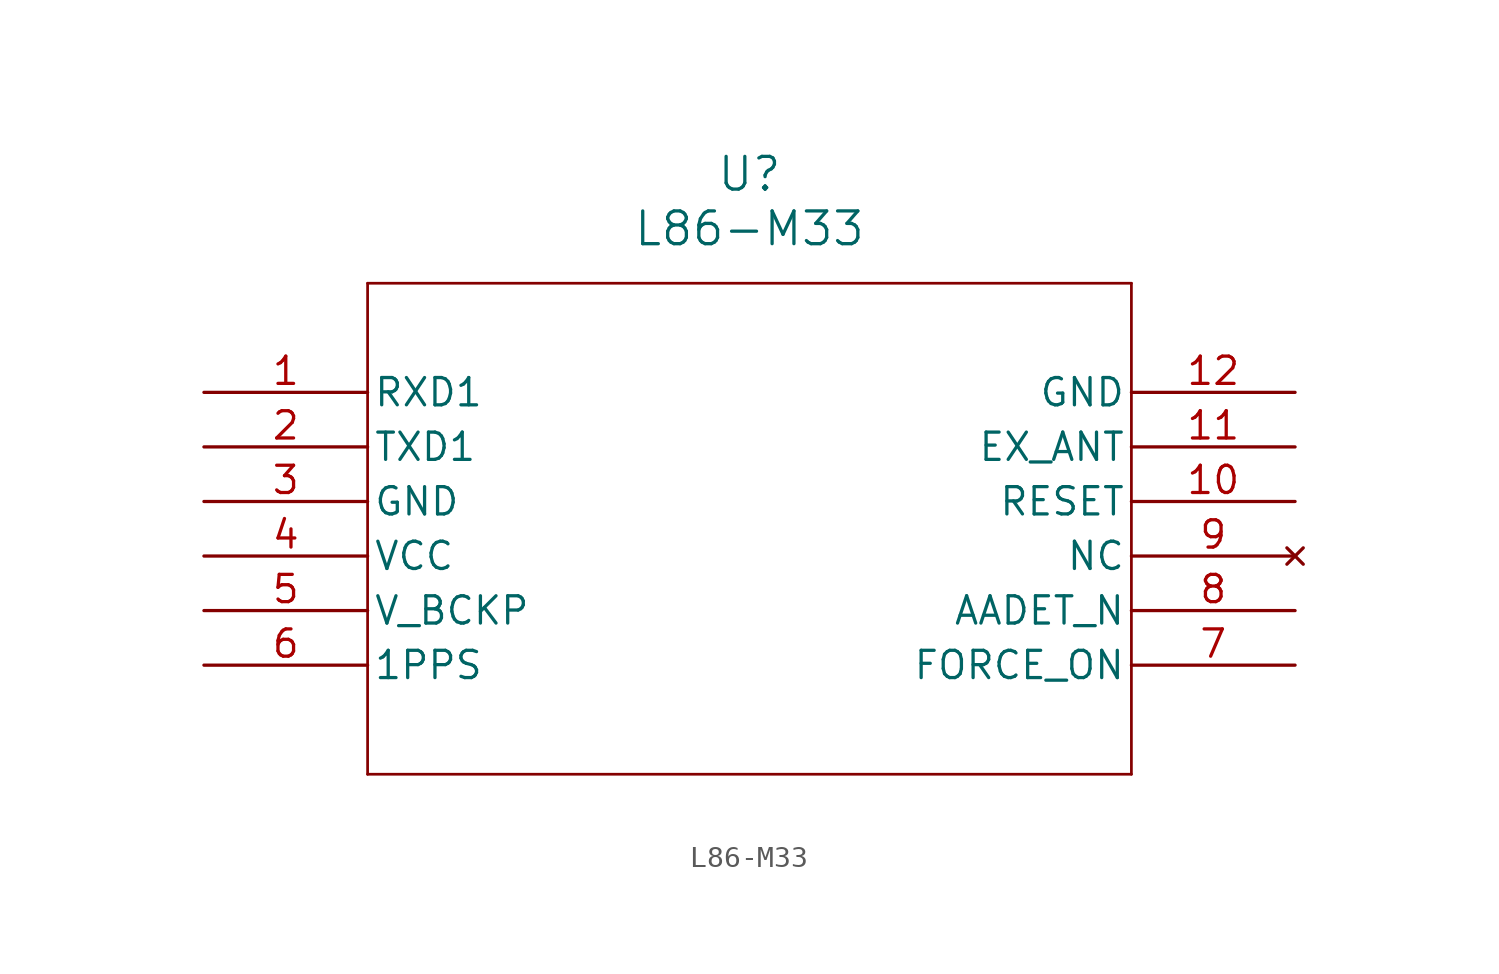
<source format=kicad_sym>
(kicad_symbol_lib
  (version 20211014)
  (generator kicad_symbol_editor)
  (symbol "L86-M33"
    (pin_names
      (offset 0.254))
    (property "Reference" "U"
      (at 25.4 10.16 0)
      (effects (font (size 1.524 1.524))))
    (property "Value" "L86-M33"
      (at 25.4 7.62 0)
      (effects (font (size 1.524 1.524))))
    (symbol "L86-M33_0_1"
      (polyline (pts (xy 7.62 5.08) (xy 7.62 -17.78)) (stroke (width 0.127) (type default) (color 0 0 0 0)) (fill (type none)))
      (polyline (pts (xy 7.62 -17.78) (xy 43.18 -17.78)) (stroke (width 0.127) (type default) (color 0 0 0 0)) (fill (type none)))
      (polyline (pts (xy 43.18 -17.78) (xy 43.18 5.08)) (stroke (width 0.127) (type default) (color 0 0 0 0)) (fill (type none)))
      (polyline (pts (xy 43.18 5.08) (xy 7.62 5.08)) (stroke (width 0.127) (type default) (color 0 0 0 0)) (fill (type none)))
      (pin input line (at 0 0 0) (length 7.62) (name "RXD1" (effects (font (size 1.27 1.27)))) (number "1" (effects (font (size 1.27 1.27)))))
      (pin output line (at 0 -2.54 0) (length 7.62) (name "TXD1" (effects (font (size 1.27 1.27)))) (number "2" (effects (font (size 1.27 1.27)))))
      (pin power_out line (at 0 -5.08 0) (length 7.62) (name "GND" (effects (font (size 1.27 1.27)))) (number "3" (effects (font (size 1.27 1.27)))))
      (pin power_in line (at 0 -7.62 0) (length 7.62) (name "VCC" (effects (font (size 1.27 1.27)))) (number "4" (effects (font (size 1.27 1.27)))))
      (pin power_in line (at 0 -10.16 0) (length 7.62) (name "V_BCKP" (effects (font (size 1.27 1.27)))) (number "5" (effects (font (size 1.27 1.27)))))
      (pin output line (at 0 -12.7 0) (length 7.62) (name "1PPS" (effects (font (size 1.27 1.27)))) (number "6" (effects (font (size 1.27 1.27)))))
      (pin input line (at 50.8 -12.7 180) (length 7.62) (name "FORCE_ON" (effects (font (size 1.27 1.27)))) (number "7" (effects (font (size 1.27 1.27)))))
      (pin output line (at 50.8 -10.16 180) (length 7.62) (name "AADET_N" (effects (font (size 1.27 1.27)))) (number "8" (effects (font (size 1.27 1.27)))))
      (pin no_connect line (at 50.8 -7.62 180) (length 7.62) (name "NC" (effects (font (size 1.27 1.27)))) (number "9" (effects (font (size 1.27 1.27)))))
      (pin input line (at 50.8 -5.08 180) (length 7.62) (name "RESET" (effects (font (size 1.27 1.27)))) (number "10" (effects (font (size 1.27 1.27)))))
      (pin input line (at 50.8 -2.54 180) (length 7.62) (name "EX_ANT" (effects (font (size 1.27 1.27)))) (number "11" (effects (font (size 1.27 1.27)))))
      (pin power_out line (at 50.8 0 180) (length 7.62) (name "GND" (effects (font (size 1.27 1.27)))) (number "12" (effects (font (size 1.27 1.27))))))))
</source>
